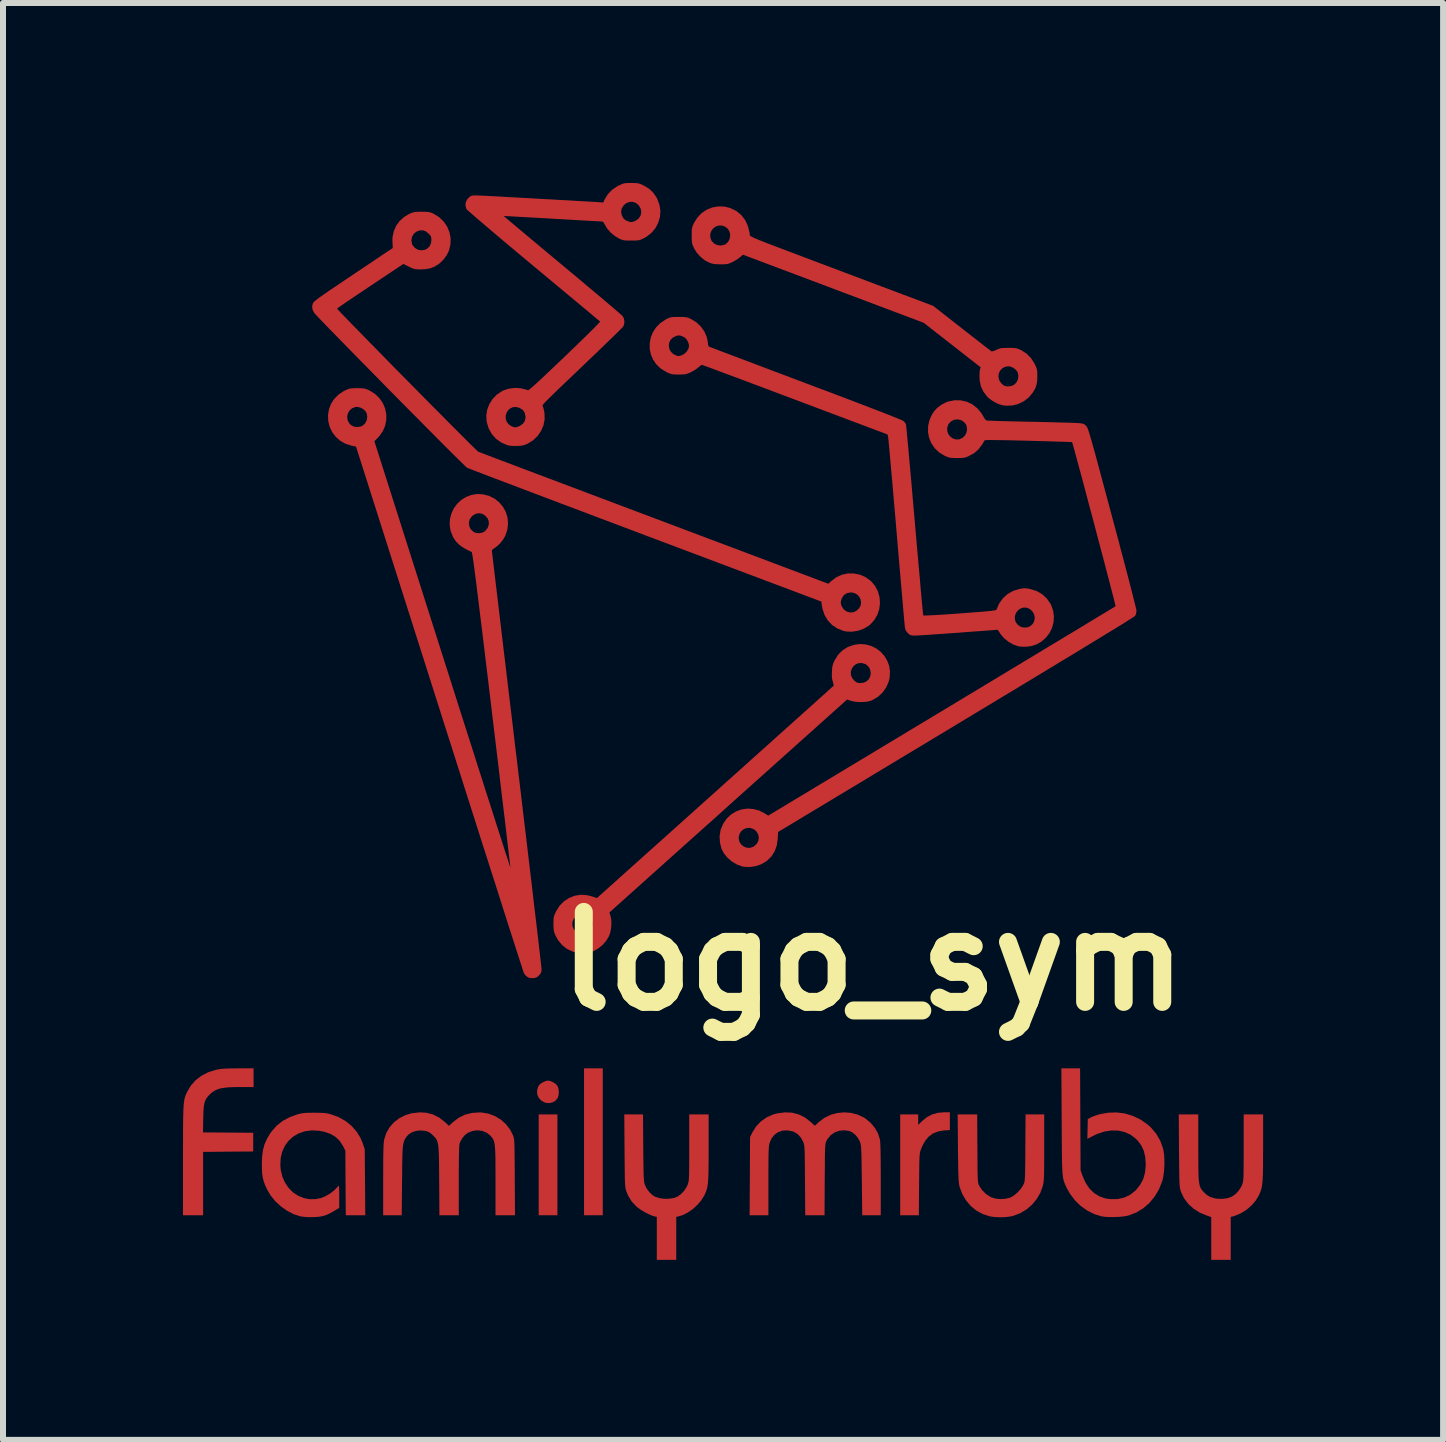
<source format=kicad_pcb>
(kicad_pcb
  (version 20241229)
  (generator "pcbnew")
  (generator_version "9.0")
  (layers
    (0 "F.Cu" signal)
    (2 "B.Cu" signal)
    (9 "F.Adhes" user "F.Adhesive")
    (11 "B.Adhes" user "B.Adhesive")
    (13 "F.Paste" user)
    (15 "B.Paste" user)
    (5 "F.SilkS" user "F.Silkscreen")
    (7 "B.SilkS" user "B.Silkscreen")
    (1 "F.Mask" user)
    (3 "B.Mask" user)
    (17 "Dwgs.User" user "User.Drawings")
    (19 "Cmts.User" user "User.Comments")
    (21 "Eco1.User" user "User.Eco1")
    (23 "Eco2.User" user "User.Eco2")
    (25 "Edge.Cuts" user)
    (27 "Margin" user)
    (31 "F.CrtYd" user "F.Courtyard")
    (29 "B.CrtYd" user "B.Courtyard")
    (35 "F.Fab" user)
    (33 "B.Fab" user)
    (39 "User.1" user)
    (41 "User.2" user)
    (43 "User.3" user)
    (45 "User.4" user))
  (footprint "logo_sym"
    (layer "F.Cu")
    (at 9.003 8.973)
    (property "Reference" "logo_sym" (at 2.5 4 0) (layer "F.SilkS") (effects (font (size 1.5 1.5) (thickness 0.3))))
    (attr board_only exclude_from_pos_files exclude_from_bom)
    (fp_poly (pts (xy -2.761 7.394) (xy -2.761 8.235) (xy -2.917 8.235) (xy -3.073 8.235) (xy -3.073 7.394) (xy -3.073 6.554) (xy -2.917 6.554) (xy -2.761 6.554)) (stroke (width 0) (type solid)) (fill yes) (layer "F.Cu"))
    (fp_poly (pts (xy -2.005 7.01) (xy -2.005 8.235) (xy -2.161 8.235) (xy -2.317 8.235) (xy -2.317 7.01) (xy -2.317 5.786) (xy -2.161 5.786) (xy -2.005 5.786)) (stroke (width 0) (type solid)) (fill yes) (layer "F.Cu"))
    (fp_poly (pts (xy -2.876 5.998) (xy -2.829 6.02) (xy -2.787 6.049) (xy -2.76 6.079) (xy -2.744 6.122) (xy -2.737 6.177) (xy -2.741 6.233) (xy -2.755 6.278) (xy -2.791 6.324) (xy -2.842 6.354) (xy -2.901 6.367) (xy -2.962 6.359) (xy -2.97 6.356) (xy -3.03 6.324) (xy -3.073 6.277) (xy -3.097 6.221) (xy -3.101 6.16) (xy -3.084 6.097) (xy -3.068 6.068) (xy -3.043 6.043) (xy -3.004 6.019) (xy -2.961 6) (xy -2.923 5.99) (xy -2.917 5.99)) (stroke (width 0) (type solid)) (fill yes) (layer "F.Cu"))
    (fp_poly (pts (xy 3.781 6.666) (xy 3.781 6.815) (xy 3.687 6.821) (xy 3.588 6.837) (xy 3.504 6.869) (xy 3.433 6.92) (xy 3.372 6.99) (xy 3.321 7.082) (xy 3.299 7.137) (xy 3.292 7.155) (xy 3.287 7.173) (xy 3.282 7.194) (xy 3.279 7.219) (xy 3.276 7.252) (xy 3.274 7.294) (xy 3.272 7.348) (xy 3.271 7.417) (xy 3.27 7.503) (xy 3.269 7.609) (xy 3.268 7.721) (xy 3.264 8.235) (xy 3.108 8.235) (xy 2.953 8.235) (xy 2.953 7.394) (xy 2.953 6.554) (xy 3.103 6.554) (xy 3.253 6.554) (xy 3.253 6.642) (xy 3.253 6.729) (xy 3.322 6.662) (xy 3.401 6.598) (xy 3.486 6.554) (xy 3.582 6.527) (xy 3.693 6.518) (xy 3.704 6.518) (xy 3.781 6.518)) (stroke (width 0) (type solid)) (fill yes) (layer "F.Cu"))
    (fp_poly (pts (xy -7.826 5.942) (xy -7.826 6.098) (xy -8.054 6.098) (xy -8.169 6.099) (xy -8.265 6.104) (xy -8.342 6.114) (xy -8.406 6.128) (xy -8.459 6.149) (xy -8.505 6.177) (xy -8.547 6.212) (xy -8.561 6.226) (xy -8.593 6.261) (xy -8.617 6.295) (xy -8.635 6.332) (xy -8.648 6.376) (xy -8.656 6.431) (xy -8.661 6.501) (xy -8.664 6.589) (xy -8.665 6.623) (xy -8.669 6.854) (xy -8.251 6.857) (xy -7.832 6.86) (xy -7.832 7.016) (xy -7.832 7.172) (xy -8.25 7.175) (xy -8.667 7.179) (xy -8.667 7.707) (xy -8.667 8.235) (xy -8.835 8.235) (xy -9.003 8.235) (xy -9.003 7.325) (xy -9.003 7.147) (xy -9.002 6.991) (xy -9.002 6.856) (xy -9.001 6.739) (xy -9 6.639) (xy -8.998 6.555) (xy -8.996 6.484) (xy -8.993 6.425) (xy -8.989 6.376) (xy -8.984 6.335) (xy -8.978 6.301) (xy -8.971 6.272) (xy -8.963 6.246) (xy -8.953 6.221) (xy -8.941 6.195) (xy -8.933 6.177) (xy -8.87 6.072) (xy -8.79 5.982) (xy -8.692 5.908) (xy -8.579 5.85) (xy -8.45 5.81) (xy -8.385 5.798) (xy -8.35 5.794) (xy -8.296 5.791) (xy -8.229 5.788) (xy -8.153 5.787) (xy -8.074 5.786) (xy -8.07 5.786) (xy -7.826 5.786)) (stroke (width 0) (type solid)) (fill yes) (layer "F.Cu"))
    (fp_poly (pts (xy 4.24 7.121) (xy 4.241 7.253) (xy 4.242 7.362) (xy 4.242 7.452) (xy 4.243 7.525) (xy 4.245 7.582) (xy 4.247 7.627) (xy 4.249 7.66) (xy 4.252 7.686) (xy 4.255 7.705) (xy 4.26 7.72) (xy 4.265 7.733) (xy 4.271 7.745) (xy 4.318 7.816) (xy 4.381 7.879) (xy 4.455 7.928) (xy 4.465 7.933) (xy 4.538 7.957) (xy 4.621 7.966) (xy 4.706 7.961) (xy 4.782 7.942) (xy 4.798 7.936) (xy 4.854 7.902) (xy 4.912 7.852) (xy 4.964 7.794) (xy 5.003 7.734) (xy 5.009 7.721) (xy 5.015 7.707) (xy 5.021 7.693) (xy 5.025 7.676) (xy 5.028 7.654) (xy 5.031 7.625) (xy 5.033 7.587) (xy 5.035 7.537) (xy 5.036 7.473) (xy 5.037 7.393) (xy 5.038 7.295) (xy 5.039 7.176) (xy 5.039 7.109) (xy 5.043 6.554) (xy 5.198 6.554) (xy 5.354 6.554) (xy 5.354 7.104) (xy 5.354 7.235) (xy 5.353 7.344) (xy 5.353 7.434) (xy 5.352 7.507) (xy 5.351 7.565) (xy 5.349 7.612) (xy 5.346 7.65) (xy 5.343 7.68) (xy 5.339 7.706) (xy 5.334 7.73) (xy 5.33 7.749) (xy 5.289 7.862) (xy 5.227 7.967) (xy 5.149 8.061) (xy 5.056 8.14) (xy 4.951 8.202) (xy 4.838 8.245) (xy 4.805 8.253) (xy 4.72 8.265) (xy 4.625 8.269) (xy 4.529 8.265) (xy 4.445 8.253) (xy 4.444 8.252) (xy 4.329 8.215) (xy 4.224 8.158) (xy 4.131 8.082) (xy 4.052 7.989) (xy 3.989 7.883) (xy 3.944 7.764) (xy 3.942 7.754) (xy 3.937 7.732) (xy 3.933 7.707) (xy 3.929 7.674) (xy 3.926 7.634) (xy 3.924 7.582) (xy 3.922 7.517) (xy 3.92 7.436) (xy 3.919 7.338) (xy 3.917 7.22) (xy 3.916 7.115) (xy 3.911 6.554) (xy 4.074 6.554) (xy 4.237 6.554)) (stroke (width 0) (type solid)) (fill yes) (layer "F.Cu"))
    (fp_poly (pts (xy -1.33 7.109) (xy -1.329 7.241) (xy -1.327 7.35) (xy -1.326 7.441) (xy -1.325 7.514) (xy -1.323 7.572) (xy -1.321 7.618) (xy -1.318 7.653) (xy -1.315 7.68) (xy -1.311 7.701) (xy -1.306 7.719) (xy -1.303 7.728) (xy -1.273 7.79) (xy -1.229 7.849) (xy -1.178 7.898) (xy -1.14 7.923) (xy -1.069 7.948) (xy -0.986 7.961) (xy -0.9 7.96) (xy -0.819 7.947) (xy -0.761 7.925) (xy -0.703 7.884) (xy -0.649 7.828) (xy -0.606 7.762) (xy -0.59 7.726) (xy -0.584 7.709) (xy -0.579 7.692) (xy -0.575 7.673) (xy -0.571 7.649) (xy -0.569 7.617) (xy -0.567 7.577) (xy -0.566 7.524) (xy -0.565 7.458) (xy -0.564 7.375) (xy -0.564 7.274) (xy -0.564 7.152) (xy -0.564 7.106) (xy -0.564 6.554) (xy -0.402 6.554) (xy -0.24 6.554) (xy -0.24 7.109) (xy -0.24 7.252) (xy -0.241 7.372) (xy -0.242 7.474) (xy -0.244 7.558) (xy -0.247 7.628) (xy -0.251 7.686) (xy -0.257 7.734) (xy -0.264 7.774) (xy -0.273 7.81) (xy -0.285 7.842) (xy -0.298 7.875) (xy -0.314 7.908) (xy -0.362 7.986) (xy -0.427 8.062) (xy -0.503 8.131) (xy -0.586 8.189) (xy -0.671 8.232) (xy -0.742 8.254) (xy -0.78 8.262) (xy -0.78 8.62) (xy -0.78 8.979) (xy -0.942 8.979) (xy -1.104 8.979) (xy -1.104 8.62) (xy -1.104 8.262) (xy -1.143 8.254) (xy -1.19 8.239) (xy -1.247 8.214) (xy -1.31 8.18) (xy -1.372 8.144) (xy -1.424 8.106) (xy -1.443 8.091) (xy -1.524 8.004) (xy -1.584 7.905) (xy -1.612 7.835) (xy -1.618 7.818) (xy -1.623 7.799) (xy -1.627 7.778) (xy -1.63 7.752) (xy -1.633 7.72) (xy -1.635 7.677) (xy -1.637 7.624) (xy -1.638 7.556) (xy -1.639 7.473) (xy -1.64 7.372) (xy -1.641 7.25) (xy -1.642 7.157) (xy -1.646 6.554) (xy -1.49 6.554) (xy -1.334 6.554)) (stroke (width 0) (type solid)) (fill yes) (layer "F.Cu"))
    (fp_poly (pts (xy 7.922 7.111) (xy 7.923 7.251) (xy 7.923 7.369) (xy 7.924 7.467) (xy 7.926 7.548) (xy 7.928 7.614) (xy 7.933 7.667) (xy 7.939 7.709) (xy 7.946 7.742) (xy 7.956 7.77) (xy 7.968 7.793) (xy 7.983 7.814) (xy 8.001 7.835) (xy 8.01 7.846) (xy 8.063 7.896) (xy 8.123 7.931) (xy 8.196 7.953) (xy 8.225 7.958) (xy 8.314 7.963) (xy 8.401 7.953) (xy 8.478 7.927) (xy 8.483 7.924) (xy 8.54 7.885) (xy 8.593 7.829) (xy 8.636 7.764) (xy 8.653 7.726) (xy 8.659 7.709) (xy 8.664 7.692) (xy 8.668 7.673) (xy 8.671 7.649) (xy 8.674 7.617) (xy 8.676 7.577) (xy 8.677 7.524) (xy 8.678 7.458) (xy 8.678 7.375) (xy 8.679 7.274) (xy 8.679 7.152) (xy 8.679 7.106) (xy 8.679 6.554) (xy 8.841 6.554) (xy 9.003 6.554) (xy 9.003 7.109) (xy 9.002 7.251) (xy 9.002 7.372) (xy 9.001 7.473) (xy 8.999 7.557) (xy 8.996 7.627) (xy 8.992 7.684) (xy 8.986 7.732) (xy 8.979 7.773) (xy 8.97 7.808) (xy 8.959 7.841) (xy 8.945 7.874) (xy 8.93 7.907) (xy 8.88 7.99) (xy 8.812 8.069) (xy 8.732 8.139) (xy 8.647 8.194) (xy 8.63 8.203) (xy 8.582 8.224) (xy 8.538 8.242) (xy 8.506 8.253) (xy 8.501 8.254) (xy 8.463 8.262) (xy 8.463 8.62) (xy 8.463 8.979) (xy 8.301 8.979) (xy 8.139 8.979) (xy 8.138 8.622) (xy 8.138 8.265) (xy 8.069 8.242) (xy 7.95 8.193) (xy 7.845 8.127) (xy 7.757 8.047) (xy 7.686 7.954) (xy 7.635 7.849) (xy 7.631 7.835) (xy 7.625 7.818) (xy 7.62 7.799) (xy 7.616 7.778) (xy 7.613 7.752) (xy 7.61 7.719) (xy 7.608 7.676) (xy 7.606 7.622) (xy 7.605 7.555) (xy 7.604 7.471) (xy 7.603 7.369) (xy 7.602 7.247) (xy 7.601 7.157) (xy 7.597 6.554) (xy 7.76 6.554) (xy 7.922 6.554)) (stroke (width 0) (type solid)) (fill yes) (layer "F.Cu"))
    (fp_poly (pts (xy -6.739 6.527) (xy -6.678 6.529) (xy -6.629 6.533) (xy -6.586 6.54) (xy -6.543 6.55) (xy -6.538 6.552) (xy -6.409 6.599) (xy -6.293 6.664) (xy -6.192 6.746) (xy -6.107 6.843) (xy -6.04 6.953) (xy -6.005 7.039) (xy -5.973 7.136) (xy -5.968 7.685) (xy -5.964 8.235) (xy -6.127 8.235) (xy -6.289 8.235) (xy -6.293 7.696) (xy -6.296 7.158) (xy -6.338 7.076) (xy -6.392 6.993) (xy -6.462 6.927) (xy -6.549 6.877) (xy -6.654 6.842) (xy -6.738 6.826) (xy -6.86 6.82) (xy -6.973 6.836) (xy -7.075 6.871) (xy -7.165 6.923) (xy -7.242 6.993) (xy -7.303 7.076) (xy -7.348 7.173) (xy -7.374 7.282) (xy -7.38 7.4) (xy -7.373 7.481) (xy -7.346 7.593) (xy -7.301 7.693) (xy -7.241 7.781) (xy -7.168 7.854) (xy -7.083 7.91) (xy -6.99 7.949) (xy -6.89 7.968) (xy -6.787 7.966) (xy -6.701 7.948) (xy -6.626 7.917) (xy -6.549 7.872) (xy -6.481 7.819) (xy -6.444 7.781) (xy -6.422 7.757) (xy -6.407 7.744) (xy -6.405 7.742) (xy -6.402 7.754) (xy -6.4 7.785) (xy -6.399 7.832) (xy -6.398 7.891) (xy -6.398 7.927) (xy -6.398 8.112) (xy -6.481 8.162) (xy -6.554 8.203) (xy -6.616 8.232) (xy -6.677 8.25) (xy -6.743 8.261) (xy -6.824 8.266) (xy -6.83 8.266) (xy -6.938 8.266) (xy -7.023 8.257) (xy -7.046 8.253) (xy -7.158 8.217) (xy -7.267 8.16) (xy -7.371 8.087) (xy -7.465 8) (xy -7.544 7.902) (xy -7.596 7.814) (xy -7.631 7.74) (xy -7.656 7.673) (xy -7.673 7.607) (xy -7.683 7.536) (xy -7.687 7.453) (xy -7.688 7.382) (xy -7.684 7.257) (xy -7.669 7.148) (xy -7.643 7.051) (xy -7.603 6.961) (xy -7.549 6.871) (xy -7.522 6.834) (xy -7.439 6.74) (xy -7.34 6.662) (xy -7.224 6.6) (xy -7.112 6.559) (xy -7.067 6.546) (xy -7.028 6.537) (xy -6.989 6.531) (xy -6.944 6.528) (xy -6.885 6.527) (xy -6.818 6.526)) (stroke (width 0) (type solid)) (fill yes) (layer "F.Cu"))
    (fp_poly (pts (xy 5.956 6.635) (xy 5.96 7.484) (xy 5.993 7.579) (xy 6.044 7.694) (xy 6.108 7.79) (xy 6.185 7.865) (xy 6.274 7.92) (xy 6.374 7.955) (xy 6.463 7.967) (xy 6.581 7.965) (xy 6.689 7.94) (xy 6.785 7.895) (xy 6.87 7.828) (xy 6.886 7.812) (xy 6.955 7.725) (xy 7.004 7.632) (xy 7.034 7.527) (xy 7.046 7.41) (xy 7.046 7.381) (xy 7.038 7.263) (xy 7.014 7.161) (xy 6.972 7.071) (xy 6.912 6.991) (xy 6.879 6.958) (xy 6.792 6.892) (xy 6.695 6.848) (xy 6.589 6.824) (xy 6.477 6.821) (xy 6.36 6.839) (xy 6.241 6.878) (xy 6.179 6.907) (xy 6.073 6.961) (xy 6.077 6.797) (xy 6.08 6.633) (xy 6.128 6.606) (xy 6.163 6.59) (xy 6.212 6.572) (xy 6.264 6.555) (xy 6.272 6.553) (xy 6.417 6.526) (xy 6.56 6.521) (xy 6.7 6.539) (xy 6.835 6.58) (xy 6.961 6.641) (xy 7.078 6.723) (xy 7.138 6.778) (xy 7.224 6.881) (xy 7.29 6.997) (xy 7.335 7.123) (xy 7.341 7.149) (xy 7.352 7.222) (xy 7.357 7.31) (xy 7.357 7.405) (xy 7.351 7.499) (xy 7.34 7.585) (xy 7.325 7.656) (xy 7.322 7.664) (xy 7.268 7.801) (xy 7.196 7.922) (xy 7.109 8.028) (xy 7.007 8.117) (xy 6.893 8.187) (xy 6.769 8.236) (xy 6.752 8.241) (xy 6.691 8.253) (xy 6.614 8.261) (xy 6.529 8.265) (xy 6.444 8.265) (xy 6.366 8.261) (xy 6.309 8.253) (xy 6.186 8.215) (xy 6.069 8.156) (xy 5.961 8.079) (xy 5.864 7.984) (xy 5.783 7.876) (xy 5.732 7.786) (xy 5.717 7.755) (xy 5.704 7.727) (xy 5.693 7.7) (xy 5.683 7.673) (xy 5.675 7.643) (xy 5.668 7.609) (xy 5.663 7.569) (xy 5.658 7.522) (xy 5.655 7.464) (xy 5.652 7.395) (xy 5.65 7.313) (xy 5.649 7.216) (xy 5.648 7.101) (xy 5.647 6.968) (xy 5.646 6.815) (xy 5.645 6.665) (xy 5.64 5.786) (xy 5.796 5.786) (xy 5.952 5.786)) (stroke (width 0) (type solid)) (fill yes) (layer "F.Cu"))
    (fp_poly (pts (xy 1.151 6.525) (xy 1.261 6.554) (xy 1.364 6.605) (xy 1.46 6.678) (xy 1.464 6.682) (xy 1.53 6.743) (xy 1.599 6.68) (xy 1.69 6.611) (xy 1.793 6.561) (xy 1.903 6.531) (xy 2.017 6.52) (xy 2.132 6.528) (xy 2.243 6.557) (xy 2.348 6.606) (xy 2.371 6.621) (xy 2.458 6.692) (xy 2.53 6.777) (xy 2.584 6.873) (xy 2.615 6.972) (xy 2.619 7.002) (xy 2.622 7.056) (xy 2.625 7.134) (xy 2.627 7.235) (xy 2.628 7.359) (xy 2.629 7.505) (xy 2.629 7.635) (xy 2.629 8.235) (xy 2.475 8.235) (xy 2.32 8.235) (xy 2.314 7.655) (xy 2.312 7.522) (xy 2.31 7.41) (xy 2.309 7.318) (xy 2.307 7.243) (xy 2.306 7.184) (xy 2.303 7.137) (xy 2.301 7.1) (xy 2.298 7.072) (xy 2.294 7.05) (xy 2.289 7.032) (xy 2.284 7.015) (xy 2.281 7.008) (xy 2.249 6.947) (xy 2.204 6.893) (xy 2.151 6.851) (xy 2.105 6.831) (xy 2.019 6.818) (xy 1.936 6.827) (xy 1.859 6.855) (xy 1.793 6.902) (xy 1.741 6.965) (xy 1.724 6.997) (xy 1.718 7.011) (xy 1.713 7.025) (xy 1.709 7.041) (xy 1.706 7.063) (xy 1.703 7.092) (xy 1.701 7.131) (xy 1.7 7.181) (xy 1.698 7.245) (xy 1.697 7.324) (xy 1.697 7.422) (xy 1.696 7.54) (xy 1.695 7.643) (xy 1.692 8.235) (xy 1.531 8.235) (xy 1.37 8.235) (xy 1.366 7.655) (xy 1.365 7.522) (xy 1.364 7.411) (xy 1.363 7.32) (xy 1.362 7.245) (xy 1.361 7.186) (xy 1.359 7.14) (xy 1.357 7.104) (xy 1.354 7.076) (xy 1.35 7.055) (xy 1.346 7.038) (xy 1.34 7.022) (xy 1.335 7.01) (xy 1.296 6.939) (xy 1.243 6.882) (xy 1.181 6.844) (xy 1.158 6.836) (xy 1.071 6.82) (xy 0.989 6.825) (xy 0.916 6.851) (xy 0.855 6.895) (xy 0.807 6.957) (xy 0.78 7.02) (xy 0.774 7.039) (xy 0.77 7.059) (xy 0.766 7.082) (xy 0.763 7.111) (xy 0.761 7.147) (xy 0.759 7.193) (xy 0.758 7.252) (xy 0.757 7.325) (xy 0.757 7.416) (xy 0.756 7.525) (xy 0.756 7.656) (xy 0.756 7.666) (xy 0.756 8.235) (xy 0.6 8.235) (xy 0.443 8.235) (xy 0.447 7.583) (xy 0.45 6.932) (xy 0.491 6.85) (xy 0.554 6.751) (xy 0.634 6.668) (xy 0.729 6.602) (xy 0.838 6.554) (xy 0.906 6.536) (xy 1.033 6.52)) (stroke (width 0) (type solid)) (fill yes) (layer "F.Cu"))
    (fp_poly (pts (xy -4.946 6.526) (xy -4.835 6.555) (xy -4.732 6.607) (xy -4.638 6.68) (xy -4.569 6.745) (xy -4.5 6.681) (xy -4.405 6.609) (xy -4.299 6.558) (xy -4.183 6.529) (xy -4.059 6.521) (xy -4.027 6.522) (xy -3.911 6.541) (xy -3.802 6.582) (xy -3.704 6.641) (xy -3.618 6.718) (xy -3.548 6.81) (xy -3.503 6.898) (xy -3.497 6.914) (xy -3.492 6.929) (xy -3.488 6.946) (xy -3.484 6.967) (xy -3.481 6.993) (xy -3.479 7.028) (xy -3.477 7.073) (xy -3.476 7.13) (xy -3.475 7.201) (xy -3.474 7.289) (xy -3.473 7.395) (xy -3.472 7.522) (xy -3.472 7.601) (xy -3.468 8.235) (xy -3.63 8.235) (xy -3.793 8.235) (xy -3.793 7.661) (xy -3.793 7.518) (xy -3.794 7.397) (xy -3.794 7.296) (xy -3.796 7.213) (xy -3.799 7.145) (xy -3.803 7.09) (xy -3.808 7.046) (xy -3.815 7.012) (xy -3.825 6.984) (xy -3.836 6.961) (xy -3.85 6.941) (xy -3.867 6.921) (xy -3.879 6.908) (xy -3.939 6.86) (xy -4.01 6.83) (xy -4.089 6.819) (xy -4.17 6.828) (xy -4.247 6.857) (xy -4.299 6.894) (xy -4.345 6.947) (xy -4.38 7.009) (xy -4.393 7.044) (xy -4.396 7.067) (xy -4.399 7.113) (xy -4.401 7.179) (xy -4.403 7.265) (xy -4.404 7.37) (xy -4.405 7.49) (xy -4.405 7.626) (xy -4.405 7.661) (xy -4.405 8.235) (xy -4.567 8.235) (xy -4.728 8.235) (xy -4.732 7.655) (xy -4.733 7.514) (xy -4.734 7.394) (xy -4.736 7.294) (xy -4.738 7.211) (xy -4.741 7.144) (xy -4.746 7.09) (xy -4.752 7.047) (xy -4.76 7.013) (xy -4.77 6.985) (xy -4.783 6.963) (xy -4.798 6.942) (xy -4.817 6.922) (xy -4.837 6.901) (xy -4.88 6.864) (xy -4.92 6.842) (xy -4.957 6.83) (xy -5.035 6.821) (xy -5.112 6.828) (xy -5.182 6.85) (xy -5.24 6.886) (xy -5.277 6.926) (xy -5.292 6.95) (xy -5.305 6.972) (xy -5.316 6.995) (xy -5.324 7.021) (xy -5.331 7.053) (xy -5.337 7.092) (xy -5.341 7.141) (xy -5.344 7.203) (xy -5.346 7.278) (xy -5.348 7.37) (xy -5.349 7.482) (xy -5.35 7.614) (xy -5.351 7.661) (xy -5.356 8.235) (xy -5.511 8.235) (xy -5.666 8.235) (xy -5.666 7.643) (xy -5.665 7.5) (xy -5.665 7.378) (xy -5.664 7.277) (xy -5.663 7.193) (xy -5.661 7.125) (xy -5.659 7.071) (xy -5.656 7.029) (xy -5.652 6.996) (xy -5.648 6.972) (xy -5.648 6.971) (xy -5.614 6.864) (xy -5.559 6.769) (xy -5.486 6.686) (xy -5.397 6.618) (xy -5.294 6.566) (xy -5.192 6.536) (xy -5.065 6.52)) (stroke (width 0) (type solid)) (fill yes) (layer "F.Cu"))
    (fp_poly (pts (xy 2.379 -1.28) (xy 2.47 -1.255) (xy 2.554 -1.214) (xy 2.627 -1.158) (xy 2.689 -1.089) (xy 2.737 -1.009) (xy 2.77 -0.921) (xy 2.783 -0.825) (xy 2.777 -0.725) (xy 2.761 -0.658) (xy 2.719 -0.562) (xy 2.658 -0.477) (xy 2.581 -0.406) (xy 2.491 -0.353) (xy 2.461 -0.341) (xy 2.402 -0.326) (xy 2.33 -0.32) (xy 2.253 -0.321) (xy 2.181 -0.329) (xy 2.135 -0.34) (xy 2.068 -0.362) (xy 0.088 1.411) (xy -0.098 1.579) (xy -0.28 1.742) (xy -0.457 1.9) (xy -0.627 2.052) (xy -0.79 2.198) (xy -0.945 2.337) (xy -1.091 2.468) (xy -1.228 2.59) (xy -1.354 2.704) (xy -1.469 2.807) (xy -1.572 2.899) (xy -1.662 2.98) (xy -1.738 3.048) (xy -1.801 3.104) (xy -1.847 3.146) (xy -1.878 3.173) (xy -1.892 3.186) (xy -1.893 3.186) (xy -1.891 3.197) (xy -1.883 3.224) (xy -1.877 3.241) (xy -1.864 3.303) (xy -1.861 3.377) (xy -1.867 3.456) (xy -1.882 3.53) (xy -1.9 3.58) (xy -1.948 3.661) (xy -2.014 3.735) (xy -2.091 3.795) (xy -2.136 3.82) (xy -2.18 3.84) (xy -2.219 3.852) (xy -2.263 3.858) (xy -2.321 3.862) (xy -2.323 3.862) (xy -2.392 3.862) (xy -2.447 3.856) (xy -2.496 3.844) (xy -2.498 3.843) (xy -2.595 3.799) (xy -2.678 3.736) (xy -2.747 3.654) (xy -2.79 3.578) (xy -2.807 3.539) (xy -2.818 3.506) (xy -2.824 3.471) (xy -2.826 3.427) (xy -2.827 3.378) (xy -2.827 3.357) (xy -2.512 3.357) (xy -2.51 3.413) (xy -2.489 3.465) (xy -2.451 3.509) (xy -2.407 3.536) (xy -2.367 3.55) (xy -2.33 3.55) (xy -2.286 3.536) (xy -2.271 3.529) (xy -2.231 3.505) (xy -2.204 3.47) (xy -2.197 3.454) (xy -2.179 3.409) (xy -2.175 3.373) (xy -2.184 3.336) (xy -2.197 3.306) (xy -2.233 3.255) (xy -2.281 3.224) (xy -2.336 3.211) (xy -2.393 3.219) (xy -2.447 3.248) (xy -2.456 3.256) (xy -2.494 3.303) (xy -2.512 3.357) (xy -2.827 3.357) (xy -2.826 3.322) (xy -2.824 3.281) (xy -2.817 3.248) (xy -2.805 3.215) (xy -2.785 3.174) (xy -2.782 3.167) (xy -2.725 3.076) (xy -2.652 3.002) (xy -2.567 2.946) (xy -2.473 2.909) (xy -2.373 2.893) (xy -2.269 2.899) (xy -2.189 2.919) (xy -2.103 2.948) (xy -0.132 1.181) (xy 0.054 1.014) (xy 0.236 0.851) (xy 0.412 0.693) (xy 0.582 0.54) (xy 0.745 0.395) (xy 0.899 0.256) (xy 1.045 0.125) (xy 1.181 0.003) (xy 1.307 -0.11) (xy 1.422 -0.213) (xy 1.525 -0.305) (xy 1.615 -0.386) (xy 1.691 -0.454) (xy 1.753 -0.51) (xy 1.799 -0.552) (xy 1.83 -0.579) (xy 1.844 -0.591) (xy 1.844 -0.592) (xy 1.844 -0.605) (xy 1.837 -0.634) (xy 1.83 -0.659) (xy 1.818 -0.706) (xy 1.814 -0.76) (xy 1.815 -0.823) (xy 2.13 -0.823) (xy 2.132 -0.77) (xy 2.153 -0.719) (xy 2.192 -0.673) (xy 2.226 -0.648) (xy 2.26 -0.638) (xy 2.29 -0.636) (xy 2.346 -0.644) (xy 2.385 -0.66) (xy 2.428 -0.698) (xy 2.454 -0.748) (xy 2.462 -0.802) (xy 2.454 -0.857) (xy 2.429 -0.906) (xy 2.388 -0.944) (xy 2.372 -0.953) (xy 2.312 -0.971) (xy 2.258 -0.968) (xy 2.21 -0.948) (xy 2.171 -0.915) (xy 2.144 -0.872) (xy 2.13 -0.823) (xy 1.815 -0.823) (xy 1.815 -0.827) (xy 1.819 -0.885) (xy 1.826 -0.93) (xy 1.84 -0.971) (xy 1.86 -1.015) (xy 1.917 -1.107) (xy 1.989 -1.18) (xy 2.077 -1.236) (xy 2.084 -1.239) (xy 2.184 -1.274) (xy 2.284 -1.287)) (stroke (width 0) (type solid)) (fill yes) (layer "F.Cu"))
    (fp_poly (pts (xy 0.019 -8.58) (xy 0.118 -8.556) (xy 0.214 -8.51) (xy 0.222 -8.505) (xy 0.303 -8.439) (xy 0.367 -8.357) (xy 0.413 -8.259) (xy 0.442 -8.146) (xy 0.447 -8.103) (xy 0.449 -8.098) (xy 0.453 -8.092) (xy 0.462 -8.085) (xy 0.477 -8.077) (xy 0.498 -8.066) (xy 0.528 -8.052) (xy 0.567 -8.036) (xy 0.617 -8.015) (xy 0.679 -7.991) (xy 0.755 -7.961) (xy 0.846 -7.926) (xy 0.952 -7.886) (xy 1.076 -7.839) (xy 1.219 -7.785) (xy 1.382 -7.723) (xy 1.542 -7.663) (xy 1.709 -7.6) (xy 1.877 -7.537) (xy 2.045 -7.473) (xy 2.21 -7.411) (xy 2.369 -7.351) (xy 2.52 -7.294) (xy 2.661 -7.241) (xy 2.79 -7.193) (xy 2.902 -7.15) (xy 2.998 -7.114) (xy 3.069 -7.088) (xy 3.503 -6.924) (xy 3.983 -6.548) (xy 4.077 -6.475) (xy 4.165 -6.406) (xy 4.246 -6.343) (xy 4.317 -6.288) (xy 4.377 -6.241) (xy 4.425 -6.204) (xy 4.458 -6.179) (xy 4.474 -6.166) (xy 4.475 -6.165) (xy 4.491 -6.166) (xy 4.522 -6.176) (xy 4.557 -6.191) (xy 4.591 -6.206) (xy 4.622 -6.216) (xy 4.656 -6.221) (xy 4.7 -6.223) (xy 4.76 -6.224) (xy 4.819 -6.224) (xy 4.862 -6.221) (xy 4.895 -6.216) (xy 4.924 -6.206) (xy 4.958 -6.191) (xy 4.971 -6.185) (xy 5.059 -6.129) (xy 5.134 -6.053) (xy 5.193 -5.961) (xy 5.201 -5.945) (xy 5.22 -5.901) (xy 5.232 -5.865) (xy 5.237 -5.827) (xy 5.239 -5.776) (xy 5.239 -5.756) (xy 5.237 -5.677) (xy 5.227 -5.614) (xy 5.208 -5.557) (xy 5.176 -5.499) (xy 5.158 -5.472) (xy 5.092 -5.393) (xy 5.01 -5.332) (xy 4.918 -5.288) (xy 4.818 -5.263) (xy 4.715 -5.26) (xy 4.641 -5.271) (xy 4.574 -5.295) (xy 4.503 -5.333) (xy 4.438 -5.379) (xy 4.399 -5.416) (xy 4.339 -5.496) (xy 4.3 -5.578) (xy 4.28 -5.669) (xy 4.276 -5.714) (xy 4.275 -5.736) (xy 4.591 -5.736) (xy 4.605 -5.682) (xy 4.639 -5.632) (xy 4.653 -5.618) (xy 4.686 -5.594) (xy 4.721 -5.583) (xy 4.751 -5.582) (xy 4.806 -5.589) (xy 4.846 -5.605) (xy 4.888 -5.644) (xy 4.915 -5.696) (xy 4.924 -5.753) (xy 4.913 -5.81) (xy 4.902 -5.833) (xy 4.872 -5.867) (xy 4.83 -5.896) (xy 4.785 -5.914) (xy 4.76 -5.918) (xy 4.7 -5.908) (xy 4.651 -5.88) (xy 4.615 -5.84) (xy 4.595 -5.79) (xy 4.591 -5.736) (xy 4.275 -5.736) (xy 4.275 -5.767) (xy 4.277 -5.816) (xy 4.281 -5.852) (xy 4.282 -5.858) (xy 4.294 -5.9) (xy 3.82 -6.271) (xy 3.345 -6.642) (xy 1.839 -7.21) (xy 0.332 -7.777) (xy 0.283 -7.735) (xy 0.246 -7.707) (xy 0.198 -7.677) (xy 0.156 -7.655) (xy 0.118 -7.637) (xy 0.087 -7.626) (xy 0.054 -7.62) (xy 0.011 -7.617) (xy -0.042 -7.617) (xy -0.106 -7.618) (xy -0.154 -7.623) (xy -0.195 -7.632) (xy -0.231 -7.645) (xy -0.306 -7.685) (xy -0.378 -7.744) (xy -0.44 -7.814) (xy -0.483 -7.884) (xy -0.5 -7.921) (xy -0.512 -7.951) (xy -0.518 -7.982) (xy -0.521 -8.021) (xy -0.522 -8.074) (xy -0.522 -8.075) (xy -0.214 -8.075) (xy -0.196 -8.019) (xy -0.184 -8) (xy -0.146 -7.961) (xy -0.094 -7.937) (xy -0.037 -7.93) (xy 0.019 -7.941) (xy 0.046 -7.954) (xy 0.086 -7.993) (xy 0.111 -8.044) (xy 0.119 -8.101) (xy 0.11 -8.156) (xy 0.083 -8.205) (xy 0.078 -8.211) (xy 0.029 -8.248) (xy -0.023 -8.264) (xy -0.074 -8.263) (xy -0.122 -8.246) (xy -0.163 -8.216) (xy -0.194 -8.176) (xy -0.212 -8.128) (xy -0.214 -8.075) (xy -0.522 -8.075) (xy -0.522 -8.096) (xy -0.522 -8.156) (xy -0.52 -8.199) (xy -0.514 -8.231) (xy -0.505 -8.261) (xy -0.49 -8.295) (xy -0.483 -8.309) (xy -0.426 -8.399) (xy -0.355 -8.472) (xy -0.271 -8.528) (xy -0.179 -8.565) (xy -0.082 -8.582)) (stroke (width 0) (type solid)) (fill yes) (layer "F.Cu"))
    (fp_poly (pts (xy -6.04 -5.551) (xy -5.998 -5.549) (xy -5.965 -5.543) (xy -5.934 -5.532) (xy -5.898 -5.515) (xy -5.89 -5.512) (xy -5.8 -5.455) (xy -5.727 -5.384) (xy -5.671 -5.303) (xy -5.633 -5.213) (xy -5.614 -5.118) (xy -5.614 -5.021) (xy -5.633 -4.925) (xy -5.672 -4.834) (xy -5.733 -4.749) (xy -5.754 -4.727) (xy -5.812 -4.668) (xy -4.68 -1.11) (xy -4.589 -0.826) (xy -4.501 -0.548) (xy -4.415 -0.277) (xy -4.331 -0.014) (xy -4.25 0.24) (xy -4.171 0.485) (xy -4.097 0.72) (xy -4.025 0.943) (xy -3.958 1.155) (xy -3.894 1.353) (xy -3.835 1.538) (xy -3.781 1.708) (xy -3.731 1.863) (xy -3.687 2.001) (xy -3.648 2.122) (xy -3.615 2.225) (xy -3.588 2.308) (xy -3.567 2.372) (xy -3.553 2.416) (xy -3.546 2.437) (xy -3.545 2.44) (xy -3.546 2.427) (xy -3.55 2.392) (xy -3.556 2.335) (xy -3.566 2.257) (xy -3.577 2.16) (xy -3.591 2.044) (xy -3.606 1.912) (xy -3.624 1.762) (xy -3.643 1.598) (xy -3.665 1.419) (xy -3.688 1.228) (xy -3.712 1.024) (xy -3.737 0.81) (xy -3.764 0.586) (xy -3.792 0.353) (xy -3.821 0.113) (xy -3.851 -0.134) (xy -3.857 -0.191) (xy -3.894 -0.497) (xy -3.928 -0.781) (xy -3.96 -1.042) (xy -3.989 -1.281) (xy -4.015 -1.5) (xy -4.04 -1.699) (xy -4.062 -1.879) (xy -4.082 -2.04) (xy -4.1 -2.183) (xy -4.115 -2.31) (xy -4.13 -2.421) (xy -4.142 -2.516) (xy -4.153 -2.597) (xy -4.162 -2.664) (xy -4.17 -2.718) (xy -4.176 -2.76) (xy -4.182 -2.79) (xy -4.186 -2.81) (xy -4.189 -2.82) (xy -4.19 -2.821) (xy -4.282 -2.866) (xy -4.354 -2.909) (xy -4.411 -2.954) (xy -4.456 -3.002) (xy -4.493 -3.058) (xy -4.506 -3.082) (xy -4.543 -3.178) (xy -4.557 -3.276) (xy -4.556 -3.31) (xy -4.237 -3.31) (xy -4.231 -3.253) (xy -4.205 -3.2) (xy -4.159 -3.156) (xy -4.158 -3.155) (xy -4.114 -3.138) (xy -4.061 -3.135) (xy -4.009 -3.145) (xy -3.967 -3.169) (xy -3.966 -3.17) (xy -3.924 -3.222) (xy -3.904 -3.279) (xy -3.906 -3.336) (xy -3.925 -3.382) (xy -3.967 -3.43) (xy -4.017 -3.459) (xy -4.073 -3.468) (xy -4.129 -3.456) (xy -4.18 -3.423) (xy -4.186 -3.418) (xy -4.222 -3.367) (xy -4.237 -3.31) (xy -4.556 -3.31) (xy -4.552 -3.371) (xy -4.528 -3.463) (xy -4.488 -3.548) (xy -4.433 -3.624) (xy -4.365 -3.688) (xy -4.285 -3.738) (xy -4.196 -3.772) (xy -4.099 -3.788) (xy -4 -3.782) (xy -3.897 -3.755) (xy -3.806 -3.709) (xy -3.729 -3.647) (xy -3.667 -3.572) (xy -3.62 -3.486) (xy -3.592 -3.392) (xy -3.584 -3.293) (xy -3.596 -3.191) (xy -3.63 -3.091) (xy -3.663 -3.034) (xy -3.707 -2.976) (xy -3.757 -2.926) (xy -3.805 -2.889) (xy -3.811 -2.886) (xy -3.838 -2.867) (xy -3.852 -2.849) (xy -3.853 -2.845) (xy -3.852 -2.831) (xy -3.848 -2.795) (xy -3.841 -2.737) (xy -3.832 -2.658) (xy -3.82 -2.558) (xy -3.806 -2.44) (xy -3.79 -2.304) (xy -3.771 -2.15) (xy -3.751 -1.98) (xy -3.729 -1.794) (xy -3.705 -1.595) (xy -3.68 -1.381) (xy -3.653 -1.156) (xy -3.624 -0.918) (xy -3.595 -0.67) (xy -3.564 -0.413) (xy -3.532 -0.147) (xy -3.499 0.128) (xy -3.466 0.409) (xy -3.439 0.629) (xy -3.405 0.915) (xy -3.371 1.195) (xy -3.339 1.469) (xy -3.307 1.734) (xy -3.276 1.991) (xy -3.247 2.238) (xy -3.219 2.474) (xy -3.192 2.698) (xy -3.167 2.91) (xy -3.144 3.109) (xy -3.122 3.293) (xy -3.102 3.461) (xy -3.084 3.613) (xy -3.069 3.748) (xy -3.055 3.864) (xy -3.044 3.961) (xy -3.035 4.038) (xy -3.029 4.094) (xy -3.026 4.127) (xy -3.025 4.137) (xy -3.029 4.176) (xy -3.043 4.207) (xy -3.065 4.233) (xy -3.095 4.262) (xy -3.126 4.276) (xy -3.164 4.282) (xy -3.21 4.282) (xy -3.247 4.271) (xy -3.262 4.262) (xy -3.294 4.235) (xy -3.318 4.201) (xy -3.32 4.198) (xy -3.325 4.184) (xy -3.337 4.148) (xy -3.355 4.09) (xy -3.381 4.012) (xy -3.412 3.915) (xy -3.45 3.798) (xy -3.493 3.663) (xy -3.542 3.511) (xy -3.596 3.343) (xy -3.655 3.158) (xy -3.718 2.959) (xy -3.786 2.745) (xy -3.859 2.519) (xy -3.935 2.279) (xy -4.016 2.028) (xy -4.099 1.766) (xy -4.186 1.493) (xy -4.276 1.212) (xy -4.368 0.921) (xy -4.463 0.623) (xy -4.56 0.318) (xy -4.66 0.007) (xy -4.728 -0.209) (xy -6.118 -4.578) (xy -6.19 -4.593) (xy -6.292 -4.625) (xy -6.381 -4.675) (xy -6.456 -4.741) (xy -6.515 -4.819) (xy -6.557 -4.907) (xy -6.581 -5.002) (xy -6.584 -5.076) (xy -6.266 -5.076) (xy -6.259 -5.02) (xy -6.232 -4.968) (xy -6.208 -4.942) (xy -6.162 -4.914) (xy -6.105 -4.904) (xy -6.048 -4.91) (xy -6.004 -4.929) (xy -5.964 -4.969) (xy -5.939 -5.021) (xy -5.931 -5.078) (xy -5.942 -5.135) (xy -5.954 -5.159) (xy -5.988 -5.196) (xy -6.034 -5.224) (xy -6.085 -5.239) (xy -6.126 -5.239) (xy -6.184 -5.217) (xy -6.227 -5.179) (xy -6.255 -5.13) (xy -6.266 -5.076) (xy -6.584 -5.076) (xy -6.585 -5.102) (xy -6.569 -5.203) (xy -6.535 -5.29) (xy -6.483 -5.371) (xy -6.413 -5.443) (xy -6.328 -5.5) (xy -6.308 -5.511) (xy -6.269 -5.529) (xy -6.237 -5.541) (xy -6.205 -5.548) (xy -6.166 -5.551) (xy -6.112 -5.552) (xy -6.098 -5.552)) (stroke (width 0) (type solid)) (fill yes) (layer "F.Cu"))
    (fp_poly (pts (xy -4.963 -8.492) (xy -4.92 -8.49) (xy -4.887 -8.484) (xy -4.858 -8.475) (xy -4.825 -8.46) (xy -4.823 -8.459) (xy -4.732 -8.402) (xy -4.656 -8.329) (xy -4.599 -8.245) (xy -4.56 -8.151) (xy -4.541 -8.051) (xy -4.544 -7.948) (xy -4.567 -7.85) (xy -4.604 -7.773) (xy -4.658 -7.698) (xy -4.722 -7.635) (xy -4.739 -7.622) (xy -4.809 -7.578) (xy -4.879 -7.551) (xy -4.957 -7.536) (xy -5.036 -7.532) (xy -5.091 -7.533) (xy -5.13 -7.537) (xy -5.164 -7.545) (xy -5.203 -7.561) (xy -5.237 -7.578) (xy -5.329 -7.623) (xy -5.881 -7.255) (xy -5.984 -7.186) (xy -6.081 -7.121) (xy -6.17 -7.061) (xy -6.249 -7.008) (xy -6.316 -6.962) (xy -6.37 -6.925) (xy -6.409 -6.898) (xy -6.43 -6.882) (xy -6.434 -6.879) (xy -6.426 -6.868) (xy -6.402 -6.842) (xy -6.363 -6.801) (xy -6.311 -6.747) (xy -6.247 -6.681) (xy -6.172 -6.603) (xy -6.086 -6.516) (xy -5.992 -6.419) (xy -5.891 -6.316) (xy -5.783 -6.206) (xy -5.67 -6.091) (xy -5.553 -5.971) (xy -5.433 -5.849) (xy -5.311 -5.726) (xy -5.189 -5.602) (xy -5.067 -5.479) (xy -4.948 -5.358) (xy -4.831 -5.24) (xy -4.718 -5.127) (xy -4.611 -5.019) (xy -4.51 -4.917) (xy -4.417 -4.824) (xy -4.333 -4.74) (xy -4.259 -4.666) (xy -4.196 -4.603) (xy -4.145 -4.554) (xy -4.108 -4.518) (xy -4.086 -4.497) (xy -4.08 -4.492) (xy -4.066 -4.487) (xy -4.03 -4.473) (xy -3.973 -4.452) (xy -3.897 -4.423) (xy -3.803 -4.387) (xy -3.691 -4.345) (xy -3.561 -4.296) (xy -3.417 -4.241) (xy -3.257 -4.181) (xy -3.083 -4.115) (xy -2.897 -4.045) (xy -2.698 -3.97) (xy -2.488 -3.891) (xy -2.269 -3.808) (xy -2.04 -3.722) (xy -1.803 -3.632) (xy -1.558 -3.54) (xy -1.308 -3.446) (xy -1.144 -3.384) (xy 1.755 -2.292) (xy 1.809 -2.341) (xy 1.891 -2.402) (xy 1.983 -2.443) (xy 2.081 -2.463) (xy 2.181 -2.463) (xy 2.279 -2.444) (xy 2.372 -2.404) (xy 2.456 -2.345) (xy 2.473 -2.329) (xy 2.538 -2.25) (xy 2.583 -2.161) (xy 2.609 -2.065) (xy 2.616 -1.967) (xy 2.604 -1.869) (xy 2.573 -1.775) (xy 2.523 -1.689) (xy 2.455 -1.614) (xy 2.43 -1.593) (xy 2.346 -1.543) (xy 2.252 -1.509) (xy 2.153 -1.493) (xy 2.057 -1.496) (xy 2.007 -1.506) (xy 1.904 -1.547) (xy 1.817 -1.605) (xy 1.746 -1.681) (xy 1.692 -1.772) (xy 1.657 -1.877) (xy 1.646 -1.937) (xy 1.641 -1.979) (xy 1.962 -1.979) (xy 1.967 -1.947) (xy 1.979 -1.915) (xy 2.014 -1.863) (xy 2.06 -1.829) (xy 2.115 -1.813) (xy 2.172 -1.817) (xy 2.222 -1.84) (xy 2.268 -1.882) (xy 2.294 -1.93) (xy 2.301 -1.98) (xy 2.293 -2.03) (xy 2.271 -2.075) (xy 2.236 -2.112) (xy 2.191 -2.137) (xy 2.138 -2.148) (xy 2.079 -2.139) (xy 2.06 -2.132) (xy 2.015 -2.103) (xy 1.983 -2.056) (xy 1.968 -2.013) (xy 1.962 -1.979) (xy 1.641 -1.979) (xy 1.639 -1.995) (xy -1.29 -3.097) (xy -1.546 -3.194) (xy -1.796 -3.288) (xy -2.04 -3.38) (xy -2.275 -3.469) (xy -2.503 -3.555) (xy -2.721 -3.637) (xy -2.929 -3.716) (xy -3.125 -3.79) (xy -3.31 -3.86) (xy -3.48 -3.925) (xy -3.637 -3.984) (xy -3.779 -4.038) (xy -3.905 -4.086) (xy -4.013 -4.127) (xy -4.104 -4.162) (xy -4.176 -4.19) (xy -4.227 -4.21) (xy -4.258 -4.222) (xy -4.267 -4.226) (xy -4.28 -4.237) (xy -4.309 -4.264) (xy -4.352 -4.306) (xy -4.408 -4.361) (xy -4.477 -4.429) (xy -4.557 -4.509) (xy -4.647 -4.598) (xy -4.745 -4.697) (xy -4.851 -4.804) (xy -4.964 -4.917) (xy -5.081 -5.036) (xy -5.204 -5.159) (xy -5.329 -5.285) (xy -5.456 -5.414) (xy -5.584 -5.543) (xy -5.711 -5.673) (xy -5.837 -5.801) (xy -5.96 -5.926) (xy -6.08 -6.048) (xy -6.194 -6.164) (xy -6.302 -6.275) (xy -6.404 -6.379) (xy -6.496 -6.474) (xy -6.58 -6.559) (xy -6.652 -6.635) (xy -6.713 -6.698) (xy -6.761 -6.748) (xy -6.794 -6.784) (xy -6.813 -6.805) (xy -6.815 -6.808) (xy -6.844 -6.865) (xy -6.849 -6.922) (xy -6.836 -6.968) (xy -6.829 -6.978) (xy -6.818 -6.991) (xy -6.801 -7.007) (xy -6.776 -7.027) (xy -6.742 -7.053) (xy -6.698 -7.085) (xy -6.642 -7.124) (xy -6.573 -7.172) (xy -6.489 -7.229) (xy -6.389 -7.296) (xy -6.272 -7.375) (xy -6.166 -7.446) (xy -6.054 -7.521) (xy -5.948 -7.592) (xy -5.849 -7.658) (xy -5.76 -7.718) (xy -5.682 -7.771) (xy -5.616 -7.815) (xy -5.564 -7.849) (xy -5.529 -7.873) (xy -5.511 -7.885) (xy -5.509 -7.886) (xy -5.506 -7.901) (xy -5.507 -7.931) (xy -5.509 -7.956) (xy -5.511 -8.016) (xy -5.195 -8.016) (xy -5.185 -7.958) (xy -5.176 -7.937) (xy -5.138 -7.891) (xy -5.088 -7.861) (xy -5.031 -7.85) (xy -4.973 -7.858) (xy -4.937 -7.874) (xy -4.893 -7.914) (xy -4.868 -7.969) (xy -4.862 -8.025) (xy -4.864 -8.062) (xy -4.874 -8.089) (xy -4.897 -8.117) (xy -4.907 -8.127) (xy -4.954 -8.166) (xy -5 -8.183) (xy -5.052 -8.183) (xy -5.058 -8.182) (xy -5.115 -8.16) (xy -5.158 -8.122) (xy -5.186 -8.072) (xy -5.195 -8.016) (xy -5.511 -8.016) (xy -5.511 -8.061) (xy -5.491 -8.162) (xy -5.451 -8.256) (xy -5.391 -8.339) (xy -5.314 -8.408) (xy -5.237 -8.454) (xy -5.199 -8.471) (xy -5.168 -8.482) (xy -5.136 -8.489) (xy -5.096 -8.492) (xy -5.041 -8.493) (xy -5.024 -8.493)) (stroke (width 0) (type solid)) (fill yes) (layer "F.Cu"))
    (fp_poly (pts (xy 3.964 -5.349) (xy 4.064 -5.326) (xy 4.156 -5.282) (xy 4.237 -5.219) (xy 4.305 -5.138) (xy 4.34 -5.079) (xy 4.367 -5.035) (xy 4.392 -5.014) (xy 4.397 -5.013) (xy 4.414 -5.011) (xy 4.452 -5.01) (xy 4.51 -5.008) (xy 4.585 -5.005) (xy 4.674 -5.003) (xy 4.775 -5) (xy 4.886 -4.998) (xy 5.005 -4.995) (xy 5.042 -4.994) (xy 5.168 -4.992) (xy 5.293 -4.989) (xy 5.413 -4.986) (xy 5.525 -4.983) (xy 5.626 -4.98) (xy 5.712 -4.978) (xy 5.782 -4.976) (xy 5.83 -4.974) (xy 5.833 -4.974) (xy 5.901 -4.971) (xy 5.949 -4.968) (xy 5.982 -4.964) (xy 6.005 -4.958) (xy 6.022 -4.95) (xy 6.037 -4.937) (xy 6.047 -4.928) (xy 6.053 -4.923) (xy 6.059 -4.916) (xy 6.065 -4.908) (xy 6.071 -4.896) (xy 6.078 -4.88) (xy 6.087 -4.858) (xy 6.096 -4.829) (xy 6.108 -4.793) (xy 6.122 -4.747) (xy 6.138 -4.691) (xy 6.157 -4.623) (xy 6.18 -4.542) (xy 6.206 -4.447) (xy 6.236 -4.337) (xy 6.27 -4.21) (xy 6.309 -4.066) (xy 6.353 -3.902) (xy 6.402 -3.719) (xy 6.457 -3.514) (xy 6.49 -3.391) (xy 6.542 -3.197) (xy 6.592 -3.011) (xy 6.638 -2.834) (xy 6.683 -2.667) (xy 6.723 -2.512) (xy 6.761 -2.369) (xy 6.794 -2.241) (xy 6.823 -2.128) (xy 6.847 -2.031) (xy 6.867 -1.953) (xy 6.881 -1.894) (xy 6.89 -1.856) (xy 6.892 -1.84) (xy 6.884 -1.787) (xy 6.868 -1.756) (xy 6.856 -1.746) (xy 6.822 -1.724) (xy 6.769 -1.691) (xy 6.697 -1.645) (xy 6.605 -1.588) (xy 6.494 -1.52) (xy 6.364 -1.441) (xy 6.217 -1.351) (xy 6.051 -1.25) (xy 5.868 -1.138) (xy 5.667 -1.017) (xy 5.449 -0.885) (xy 5.215 -0.743) (xy 4.965 -0.592) (xy 4.698 -0.431) (xy 4.416 -0.261) (xy 4.119 -0.082) (xy 3.881 0.062) (xy 0.918 1.846) (xy 0.912 1.958) (xy 0.896 2.071) (xy 0.861 2.168) (xy 0.808 2.252) (xy 0.736 2.323) (xy 0.719 2.336) (xy 0.634 2.385) (xy 0.538 2.417) (xy 0.439 2.431) (xy 0.342 2.425) (xy 0.324 2.421) (xy 0.235 2.39) (xy 0.15 2.341) (xy 0.076 2.277) (xy 0.015 2.204) (xy -0.024 2.128) (xy -0.051 2.026) (xy -0.056 1.946) (xy 0.261 1.946) (xy 0.271 2.004) (xy 0.3 2.052) (xy 0.342 2.087) (xy 0.393 2.108) (xy 0.448 2.111) (xy 0.502 2.094) (xy 0.517 2.085) (xy 0.563 2.042) (xy 0.59 1.99) (xy 0.596 1.935) (xy 0.584 1.88) (xy 0.551 1.831) (xy 0.513 1.8) (xy 0.457 1.779) (xy 0.401 1.778) (xy 0.35 1.796) (xy 0.306 1.83) (xy 0.275 1.877) (xy 0.261 1.935) (xy 0.261 1.946) (xy -0.056 1.946) (xy -0.058 1.922) (xy -0.042 1.82) (xy -0.038 1.804) (xy 0.003 1.706) (xy 0.062 1.622) (xy 0.134 1.554) (xy 0.217 1.503) (xy 0.309 1.47) (xy 0.406 1.456) (xy 0.506 1.463) (xy 0.605 1.49) (xy 0.686 1.531) (xy 0.754 1.573) (xy 3.645 -0.168) (xy 3.887 -0.314) (xy 4.124 -0.457) (xy 4.355 -0.596) (xy 4.579 -0.731) (xy 4.796 -0.862) (xy 5.003 -0.987) (xy 5.201 -1.106) (xy 5.389 -1.22) (xy 5.566 -1.326) (xy 5.731 -1.426) (xy 5.883 -1.517) (xy 6.021 -1.601) (xy 6.145 -1.676) (xy 6.254 -1.742) (xy 6.347 -1.798) (xy 6.423 -1.844) (xy 6.481 -1.879) (xy 6.52 -1.903) (xy 6.541 -1.916) (xy 6.543 -1.918) (xy 6.541 -1.93) (xy 6.533 -1.963) (xy 6.52 -2.017) (xy 6.502 -2.088) (xy 6.479 -2.175) (xy 6.453 -2.277) (xy 6.423 -2.392) (xy 6.39 -2.517) (xy 6.355 -2.652) (xy 6.317 -2.794) (xy 6.278 -2.942) (xy 6.238 -3.093) (xy 6.198 -3.247) (xy 6.157 -3.401) (xy 6.116 -3.554) (xy 6.076 -3.704) (xy 6.038 -3.849) (xy 6.001 -3.988) (xy 5.966 -4.118) (xy 5.933 -4.238) (xy 5.904 -4.347) (xy 5.878 -4.441) (xy 5.857 -4.521) (xy 5.839 -4.583) (xy 5.827 -4.626) (xy 5.82 -4.649) (xy 5.819 -4.653) (xy 5.806 -4.654) (xy 5.772 -4.655) (xy 5.718 -4.657) (xy 5.646 -4.66) (xy 5.558 -4.662) (xy 5.457 -4.666) (xy 5.345 -4.669) (xy 5.222 -4.672) (xy 5.093 -4.676) (xy 5.089 -4.676) (xy 4.916 -4.68) (xy 4.766 -4.684) (xy 4.64 -4.686) (xy 4.538 -4.687) (xy 4.459 -4.688) (xy 4.403 -4.687) (xy 4.37 -4.685) (xy 4.36 -4.683) (xy 4.352 -4.667) (xy 4.334 -4.638) (xy 4.311 -4.601) (xy 4.31 -4.601) (xy 4.254 -4.528) (xy 4.185 -4.469) (xy 4.098 -4.421) (xy 4.097 -4.42) (xy 4.062 -4.405) (xy 4.031 -4.395) (xy 3.995 -4.39) (xy 3.949 -4.388) (xy 3.901 -4.387) (xy 3.842 -4.388) (xy 3.8 -4.391) (xy 3.767 -4.397) (xy 3.735 -4.408) (xy 3.696 -4.425) (xy 3.695 -4.425) (xy 3.603 -4.481) (xy 3.529 -4.551) (xy 3.473 -4.633) (xy 3.435 -4.723) (xy 3.417 -4.819) (xy 3.418 -4.888) (xy 3.736 -4.888) (xy 3.739 -4.833) (xy 3.758 -4.783) (xy 3.791 -4.742) (xy 3.834 -4.712) (xy 3.884 -4.697) (xy 3.937 -4.699) (xy 3.992 -4.723) (xy 3.992 -4.723) (xy 4.034 -4.764) (xy 4.06 -4.817) (xy 4.068 -4.875) (xy 4.057 -4.932) (xy 4.046 -4.954) (xy 4.007 -4.997) (xy 3.958 -5.023) (xy 3.903 -5.032) (xy 3.848 -5.024) (xy 3.799 -4.999) (xy 3.761 -4.957) (xy 3.754 -4.945) (xy 3.736 -4.888) (xy 3.418 -4.888) (xy 3.418 -4.919) (xy 3.441 -5.018) (xy 3.484 -5.115) (xy 3.522 -5.172) (xy 3.573 -5.226) (xy 3.639 -5.275) (xy 3.713 -5.314) (xy 3.753 -5.329) (xy 3.86 -5.351)) (stroke (width 0) (type solid)) (fill yes) (layer "F.Cu"))
    (fp_poly (pts (xy -0.678 -6.74) (xy -0.636 -6.737) (xy -0.603 -6.732) (xy -0.573 -6.723) (xy -0.539 -6.707) (xy -0.527 -6.701) (xy -0.442 -6.648) (xy -0.369 -6.578) (xy -0.311 -6.497) (xy -0.272 -6.408) (xy -0.255 -6.325) (xy -0.25 -6.286) (xy -0.244 -6.257) (xy -0.238 -6.247) (xy -0.226 -6.242) (xy -0.193 -6.229) (xy -0.139 -6.209) (xy -0.067 -6.181) (xy 0.022 -6.147) (xy 0.128 -6.107) (xy 0.248 -6.062) (xy 0.382 -6.011) (xy 0.529 -5.956) (xy 0.686 -5.896) (xy 0.853 -5.833) (xy 1.029 -5.767) (xy 1.211 -5.698) (xy 1.375 -5.636) (xy 1.63 -5.54) (xy 1.864 -5.452) (xy 2.077 -5.371) (xy 2.268 -5.298) (xy 2.437 -5.233) (xy 2.585 -5.176) (xy 2.711 -5.127) (xy 2.815 -5.086) (xy 2.897 -5.053) (xy 2.957 -5.029) (xy 2.994 -5.012) (xy 3.009 -5.004) (xy 3.033 -4.977) (xy 3.049 -4.952) (xy 3.049 -4.952) (xy 3.051 -4.937) (xy 3.055 -4.9) (xy 3.061 -4.841) (xy 3.068 -4.763) (xy 3.077 -4.667) (xy 3.088 -4.554) (xy 3.099 -4.426) (xy 3.112 -4.284) (xy 3.126 -4.129) (xy 3.141 -3.963) (xy 3.156 -3.787) (xy 3.172 -3.603) (xy 3.189 -3.413) (xy 3.194 -3.351) (xy 3.211 -3.159) (xy 3.227 -2.973) (xy 3.243 -2.795) (xy 3.258 -2.627) (xy 3.272 -2.469) (xy 3.285 -2.324) (xy 3.296 -2.192) (xy 3.307 -2.075) (xy 3.316 -1.975) (xy 3.324 -1.892) (xy 3.33 -1.829) (xy 3.335 -1.786) (xy 3.337 -1.766) (xy 3.338 -1.764) (xy 3.351 -1.762) (xy 3.386 -1.763) (xy 3.443 -1.765) (xy 3.519 -1.769) (xy 3.612 -1.774) (xy 3.721 -1.781) (xy 3.846 -1.79) (xy 3.948 -1.797) (xy 4.087 -1.808) (xy 4.204 -1.817) (xy 4.3 -1.824) (xy 4.378 -1.831) (xy 4.439 -1.837) (xy 4.485 -1.842) (xy 4.518 -1.847) (xy 4.54 -1.851) (xy 4.553 -1.855) (xy 4.558 -1.86) (xy 4.558 -1.86) (xy 4.604 -1.965) (xy 4.667 -2.052) (xy 4.745 -2.122) (xy 4.838 -2.174) (xy 4.938 -2.204) (xy 4.989 -2.214) (xy 5.027 -2.217) (xy 5.066 -2.214) (xy 5.114 -2.206) (xy 5.121 -2.204) (xy 5.226 -2.171) (xy 5.318 -2.119) (xy 5.396 -2.048) (xy 5.457 -1.96) (xy 5.468 -1.94) (xy 5.503 -1.842) (xy 5.516 -1.744) (xy 5.509 -1.647) (xy 5.484 -1.554) (xy 5.441 -1.469) (xy 5.382 -1.393) (xy 5.31 -1.329) (xy 5.225 -1.281) (xy 5.129 -1.251) (xy 5.065 -1.243) (xy 5.013 -1.242) (xy 4.963 -1.244) (xy 4.926 -1.248) (xy 4.844 -1.276) (xy 4.763 -1.321) (xy 4.689 -1.38) (xy 4.63 -1.447) (xy 4.613 -1.473) (xy 4.595 -1.502) (xy 4.58 -1.521) (xy 4.575 -1.524) (xy 4.562 -1.524) (xy 4.527 -1.521) (xy 4.473 -1.517) (xy 4.401 -1.512) (xy 4.315 -1.505) (xy 4.215 -1.498) (xy 4.105 -1.49) (xy 3.987 -1.481) (xy 3.925 -1.476) (xy 3.801 -1.467) (xy 3.681 -1.459) (xy 3.569 -1.451) (xy 3.467 -1.444) (xy 3.377 -1.438) (xy 3.303 -1.433) (xy 3.247 -1.43) (xy 3.211 -1.429) (xy 3.203 -1.428) (xy 3.158 -1.429) (xy 3.129 -1.434) (xy 3.106 -1.446) (xy 3.082 -1.467) (xy 3.081 -1.467) (xy 3.046 -1.512) (xy 3.033 -1.554) (xy 3.031 -1.572) (xy 3.027 -1.612) (xy 3.021 -1.674) (xy 3.014 -1.752) (xy 4.865 -1.752) (xy 4.865 -1.696) (xy 4.879 -1.653) (xy 4.914 -1.606) (xy 4.962 -1.574) (xy 5.018 -1.561) (xy 5.076 -1.566) (xy 5.12 -1.585) (xy 5.164 -1.624) (xy 5.189 -1.674) (xy 5.196 -1.729) (xy 5.185 -1.784) (xy 5.156 -1.833) (xy 5.111 -1.873) (xy 5.057 -1.894) (xy 5.004 -1.894) (xy 4.954 -1.877) (xy 4.913 -1.845) (xy 4.882 -1.803) (xy 4.865 -1.752) (xy 3.014 -1.752) (xy 3.014 -1.754) (xy 3.005 -1.853) (xy 2.995 -1.968) (xy 2.984 -2.099) (xy 2.971 -2.243) (xy 2.958 -2.399) (xy 2.943 -2.566) (xy 2.928 -2.743) (xy 2.912 -2.927) (xy 2.896 -3.117) (xy 2.893 -3.151) (xy 2.877 -3.342) (xy 2.861 -3.527) (xy 2.845 -3.705) (xy 2.831 -3.873) (xy 2.817 -4.031) (xy 2.804 -4.177) (xy 2.792 -4.309) (xy 2.782 -4.426) (xy 2.773 -4.527) (xy 2.765 -4.61) (xy 2.759 -4.674) (xy 2.755 -4.717) (xy 2.752 -4.738) (xy 2.752 -4.74) (xy 2.743 -4.78) (xy 1.2 -5.361) (xy 1.016 -5.43) (xy 0.838 -5.497) (xy 0.667 -5.562) (xy 0.505 -5.622) (xy 0.353 -5.68) (xy 0.212 -5.732) (xy 0.084 -5.78) (xy -0.031 -5.823) (xy -0.13 -5.86) (xy -0.212 -5.891) (xy -0.277 -5.914) (xy -0.323 -5.931) (xy -0.348 -5.94) (xy -0.353 -5.942) (xy -0.367 -5.934) (xy -0.392 -5.915) (xy -0.411 -5.899) (xy -0.448 -5.87) (xy -0.496 -5.84) (xy -0.539 -5.817) (xy -0.578 -5.8) (xy -0.611 -5.789) (xy -0.645 -5.783) (xy -0.689 -5.78) (xy -0.739 -5.78) (xy -0.795 -5.78) (xy -0.836 -5.783) (xy -0.869 -5.79) (xy -0.902 -5.802) (xy -0.944 -5.821) (xy -0.95 -5.825) (xy -1.041 -5.881) (xy -1.113 -5.951) (xy -1.167 -6.03) (xy -1.204 -6.117) (xy -1.222 -6.209) (xy -1.222 -6.259) (xy -0.904 -6.259) (xy -0.895 -6.207) (xy -0.87 -6.16) (xy -0.83 -6.121) (xy -0.775 -6.094) (xy -0.744 -6.087) (xy -0.73 -6.089) (xy -0.702 -6.096) (xy -0.694 -6.098) (xy -0.648 -6.122) (xy -0.607 -6.161) (xy -0.578 -6.208) (xy -0.569 -6.236) (xy -0.568 -6.272) (xy -0.579 -6.312) (xy -0.59 -6.335) (xy -0.613 -6.373) (xy -0.64 -6.398) (xy -0.675 -6.415) (xy -0.713 -6.429) (xy -0.743 -6.432) (xy -0.775 -6.425) (xy -0.778 -6.424) (xy -0.835 -6.397) (xy -0.875 -6.358) (xy -0.898 -6.31) (xy -0.904 -6.259) (xy -1.222 -6.259) (xy -1.222 -6.302) (xy -1.205 -6.395) (xy -1.17 -6.483) (xy -1.117 -6.565) (xy -1.046 -6.637) (xy -0.958 -6.696) (xy -0.938 -6.707) (xy -0.905 -6.722) (xy -0.876 -6.732) (xy -0.844 -6.737) (xy -0.801 -6.74) (xy -0.741 -6.74) (xy -0.738 -6.74)) (stroke (width 0) (type solid)) (fill yes) (layer "F.Cu"))
    (fp_poly (pts (xy -1.473 -8.972) (xy -1.431 -8.969) (xy -1.398 -8.962) (xy -1.364 -8.95) (xy -1.33 -8.935) (xy -1.24 -8.882) (xy -1.168 -8.817) (xy -1.111 -8.735) (xy -1.096 -8.707) (xy -1.059 -8.606) (xy -1.044 -8.505) (xy -1.052 -8.405) (xy -1.08 -8.309) (xy -1.127 -8.22) (xy -1.194 -8.141) (xy -1.278 -8.075) (xy -1.331 -8.046) (xy -1.363 -8.031) (xy -1.393 -8.021) (xy -1.425 -8.016) (xy -1.468 -8.013) (xy -1.528 -8.013) (xy -1.53 -8.013) (xy -1.59 -8.013) (xy -1.633 -8.015) (xy -1.666 -8.021) (xy -1.696 -8.03) (xy -1.73 -8.045) (xy -1.741 -8.051) (xy -1.809 -8.093) (xy -1.874 -8.147) (xy -1.929 -8.209) (xy -1.967 -8.271) (xy -1.97 -8.277) (xy -1.989 -8.312) (xy -2.008 -8.329) (xy -2.02 -8.331) (xy -2.036 -8.332) (xy -2.075 -8.334) (xy -2.133 -8.337) (xy -2.209 -8.341) (xy -2.3 -8.346) (xy -2.406 -8.352) (xy -2.523 -8.359) (xy -2.649 -8.366) (xy -2.784 -8.374) (xy -2.851 -8.378) (xy -2.987 -8.386) (xy -3.117 -8.393) (xy -3.237 -8.4) (xy -3.346 -8.406) (xy -3.441 -8.411) (xy -3.522 -8.416) (xy -3.585 -8.419) (xy -3.63 -8.421) (xy -3.654 -8.422) (xy -3.657 -8.422) (xy -3.648 -8.415) (xy -3.622 -8.393) (xy -3.58 -8.357) (xy -3.523 -8.309) (xy -3.453 -8.25) (xy -3.369 -8.18) (xy -3.275 -8.101) (xy -3.171 -8.014) (xy -3.058 -7.919) (xy -2.937 -7.818) (xy -2.809 -7.712) (xy -2.68 -7.604) (xy -2.547 -7.493) (xy -2.418 -7.386) (xy -2.296 -7.283) (xy -2.181 -7.186) (xy -2.074 -7.097) (xy -1.977 -7.015) (xy -1.892 -6.943) (xy -1.818 -6.88) (xy -1.759 -6.829) (xy -1.714 -6.79) (xy -1.685 -6.765) (xy -1.673 -6.754) (xy -1.652 -6.712) (xy -1.644 -6.661) (xy -1.651 -6.609) (xy -1.666 -6.578) (xy -1.678 -6.564) (xy -1.706 -6.536) (xy -1.748 -6.494) (xy -1.803 -6.439) (xy -1.87 -6.374) (xy -1.947 -6.3) (xy -2.032 -6.218) (xy -2.124 -6.129) (xy -2.222 -6.036) (xy -2.269 -5.991) (xy -2.4 -5.865) (xy -2.515 -5.755) (xy -2.615 -5.66) (xy -2.701 -5.578) (xy -2.774 -5.508) (xy -2.834 -5.449) (xy -2.884 -5.401) (xy -2.923 -5.362) (xy -2.954 -5.331) (xy -2.977 -5.307) (xy -2.993 -5.289) (xy -3.003 -5.275) (xy -3.008 -5.266) (xy -3.009 -5.259) (xy -3.008 -5.253) (xy -3.006 -5.248) (xy -3.002 -5.243) (xy -3 -5.239) (xy -2.991 -5.206) (xy -2.981 -5.163) (xy -2.977 -5.138) (xy -2.974 -5.034) (xy -2.993 -4.934) (xy -3.033 -4.84) (xy -3.091 -4.755) (xy -3.166 -4.684) (xy -3.252 -4.63) (xy -3.294 -4.611) (xy -3.331 -4.599) (xy -3.373 -4.593) (xy -3.427 -4.589) (xy -3.438 -4.589) (xy -3.507 -4.589) (xy -3.563 -4.595) (xy -3.595 -4.602) (xy -3.699 -4.647) (xy -3.786 -4.71) (xy -3.856 -4.789) (xy -3.908 -4.883) (xy -3.939 -4.989) (xy -3.94 -4.992) (xy -3.947 -5.09) (xy -3.623 -5.09) (xy -3.623 -5.04) (xy -3.606 -4.991) (xy -3.573 -4.949) (xy -3.529 -4.919) (xy -3.488 -4.902) (xy -3.452 -4.9) (xy -3.412 -4.912) (xy -3.385 -4.925) (xy -3.333 -4.962) (xy -3.302 -5.011) (xy -3.292 -5.07) (xy -3.293 -5.086) (xy -3.308 -5.146) (xy -3.339 -5.19) (xy -3.391 -5.223) (xy -3.393 -5.224) (xy -3.451 -5.239) (xy -3.504 -5.235) (xy -3.549 -5.214) (xy -3.585 -5.181) (xy -3.61 -5.138) (xy -3.623 -5.09) (xy -3.947 -5.09) (xy -3.947 -5.093) (xy -3.932 -5.192) (xy -3.896 -5.285) (xy -3.842 -5.371) (xy -3.772 -5.444) (xy -3.686 -5.502) (xy -3.665 -5.513) (xy -3.572 -5.544) (xy -3.471 -5.556) (xy -3.368 -5.55) (xy -3.271 -5.525) (xy -3.252 -5.517) (xy -3.243 -5.521) (xy -3.223 -5.535) (xy -3.191 -5.562) (xy -3.146 -5.601) (xy -3.089 -5.653) (xy -3.018 -5.719) (xy -2.932 -5.8) (xy -2.831 -5.896) (xy -2.714 -6.007) (xy -2.636 -6.081) (xy -2.537 -6.177) (xy -2.442 -6.268) (xy -2.355 -6.353) (xy -2.275 -6.431) (xy -2.206 -6.499) (xy -2.147 -6.558) (xy -2.101 -6.605) (xy -2.069 -6.639) (xy -2.051 -6.658) (xy -2.049 -6.663) (xy -2.059 -6.671) (xy -2.087 -6.694) (xy -2.131 -6.731) (xy -2.189 -6.78) (xy -2.262 -6.841) (xy -2.347 -6.912) (xy -2.444 -6.993) (xy -2.552 -7.082) (xy -2.668 -7.179) (xy -2.793 -7.283) (xy -2.925 -7.393) (xy -3.063 -7.508) (xy -3.157 -7.586) (xy -3.309 -7.713) (xy -3.453 -7.833) (xy -3.589 -7.947) (xy -3.716 -8.054) (xy -3.832 -8.152) (xy -3.937 -8.242) (xy -4.03 -8.321) (xy -4.11 -8.389) (xy -4.175 -8.446) (xy -4.225 -8.49) (xy -4.232 -8.496) (xy -1.7 -8.496) (xy -1.689 -8.438) (xy -1.682 -8.422) (xy -1.66 -8.382) (xy -1.632 -8.356) (xy -1.606 -8.343) (xy -1.561 -8.325) (xy -1.525 -8.321) (xy -1.488 -8.33) (xy -1.457 -8.343) (xy -1.407 -8.379) (xy -1.375 -8.427) (xy -1.363 -8.482) (xy -1.371 -8.539) (xy -1.4 -8.593) (xy -1.407 -8.602) (xy -1.455 -8.641) (xy -1.51 -8.659) (xy -1.567 -8.656) (xy -1.621 -8.631) (xy -1.655 -8.601) (xy -1.689 -8.549) (xy -1.7 -8.496) (xy -4.232 -8.496) (xy -4.259 -8.52) (xy -4.276 -8.537) (xy -4.277 -8.539) (xy -4.293 -8.59) (xy -4.29 -8.645) (xy -4.267 -8.697) (xy -4.228 -8.739) (xy -4.217 -8.747) (xy -4.192 -8.759) (xy -4.157 -8.765) (xy -4.107 -8.766) (xy -4.094 -8.765) (xy -4.07 -8.764) (xy -4.024 -8.762) (xy -3.958 -8.759) (xy -3.875 -8.754) (xy -3.778 -8.749) (xy -3.668 -8.743) (xy -3.547 -8.736) (xy -3.418 -8.729) (xy -3.284 -8.722) (xy -3.146 -8.714) (xy -3.007 -8.706) (xy -2.869 -8.699) (xy -2.735 -8.691) (xy -2.606 -8.684) (xy -2.485 -8.677) (xy -2.374 -8.67) (xy -2.275 -8.665) (xy -2.191 -8.66) (xy -2.125 -8.656) (xy -2.077 -8.653) (xy -2.052 -8.651) (xy -1.997 -8.647) (xy -1.971 -8.703) (xy -1.92 -8.786) (xy -1.849 -8.859) (xy -1.763 -8.918) (xy -1.743 -8.928) (xy -1.7 -8.948) (xy -1.666 -8.962) (xy -1.633 -8.969) (xy -1.594 -8.972) (xy -1.541 -8.973) (xy -1.531 -8.973)) (stroke (width 0) (type solid)) (fill yes) (layer "F.Cu")))
  (gr_rect
    (start -3 -3)
    (end 21.006 20.952)
    (stroke (width 0.1) (type default))
    (fill no)
    (layer "Edge.Cuts")))
</source>
